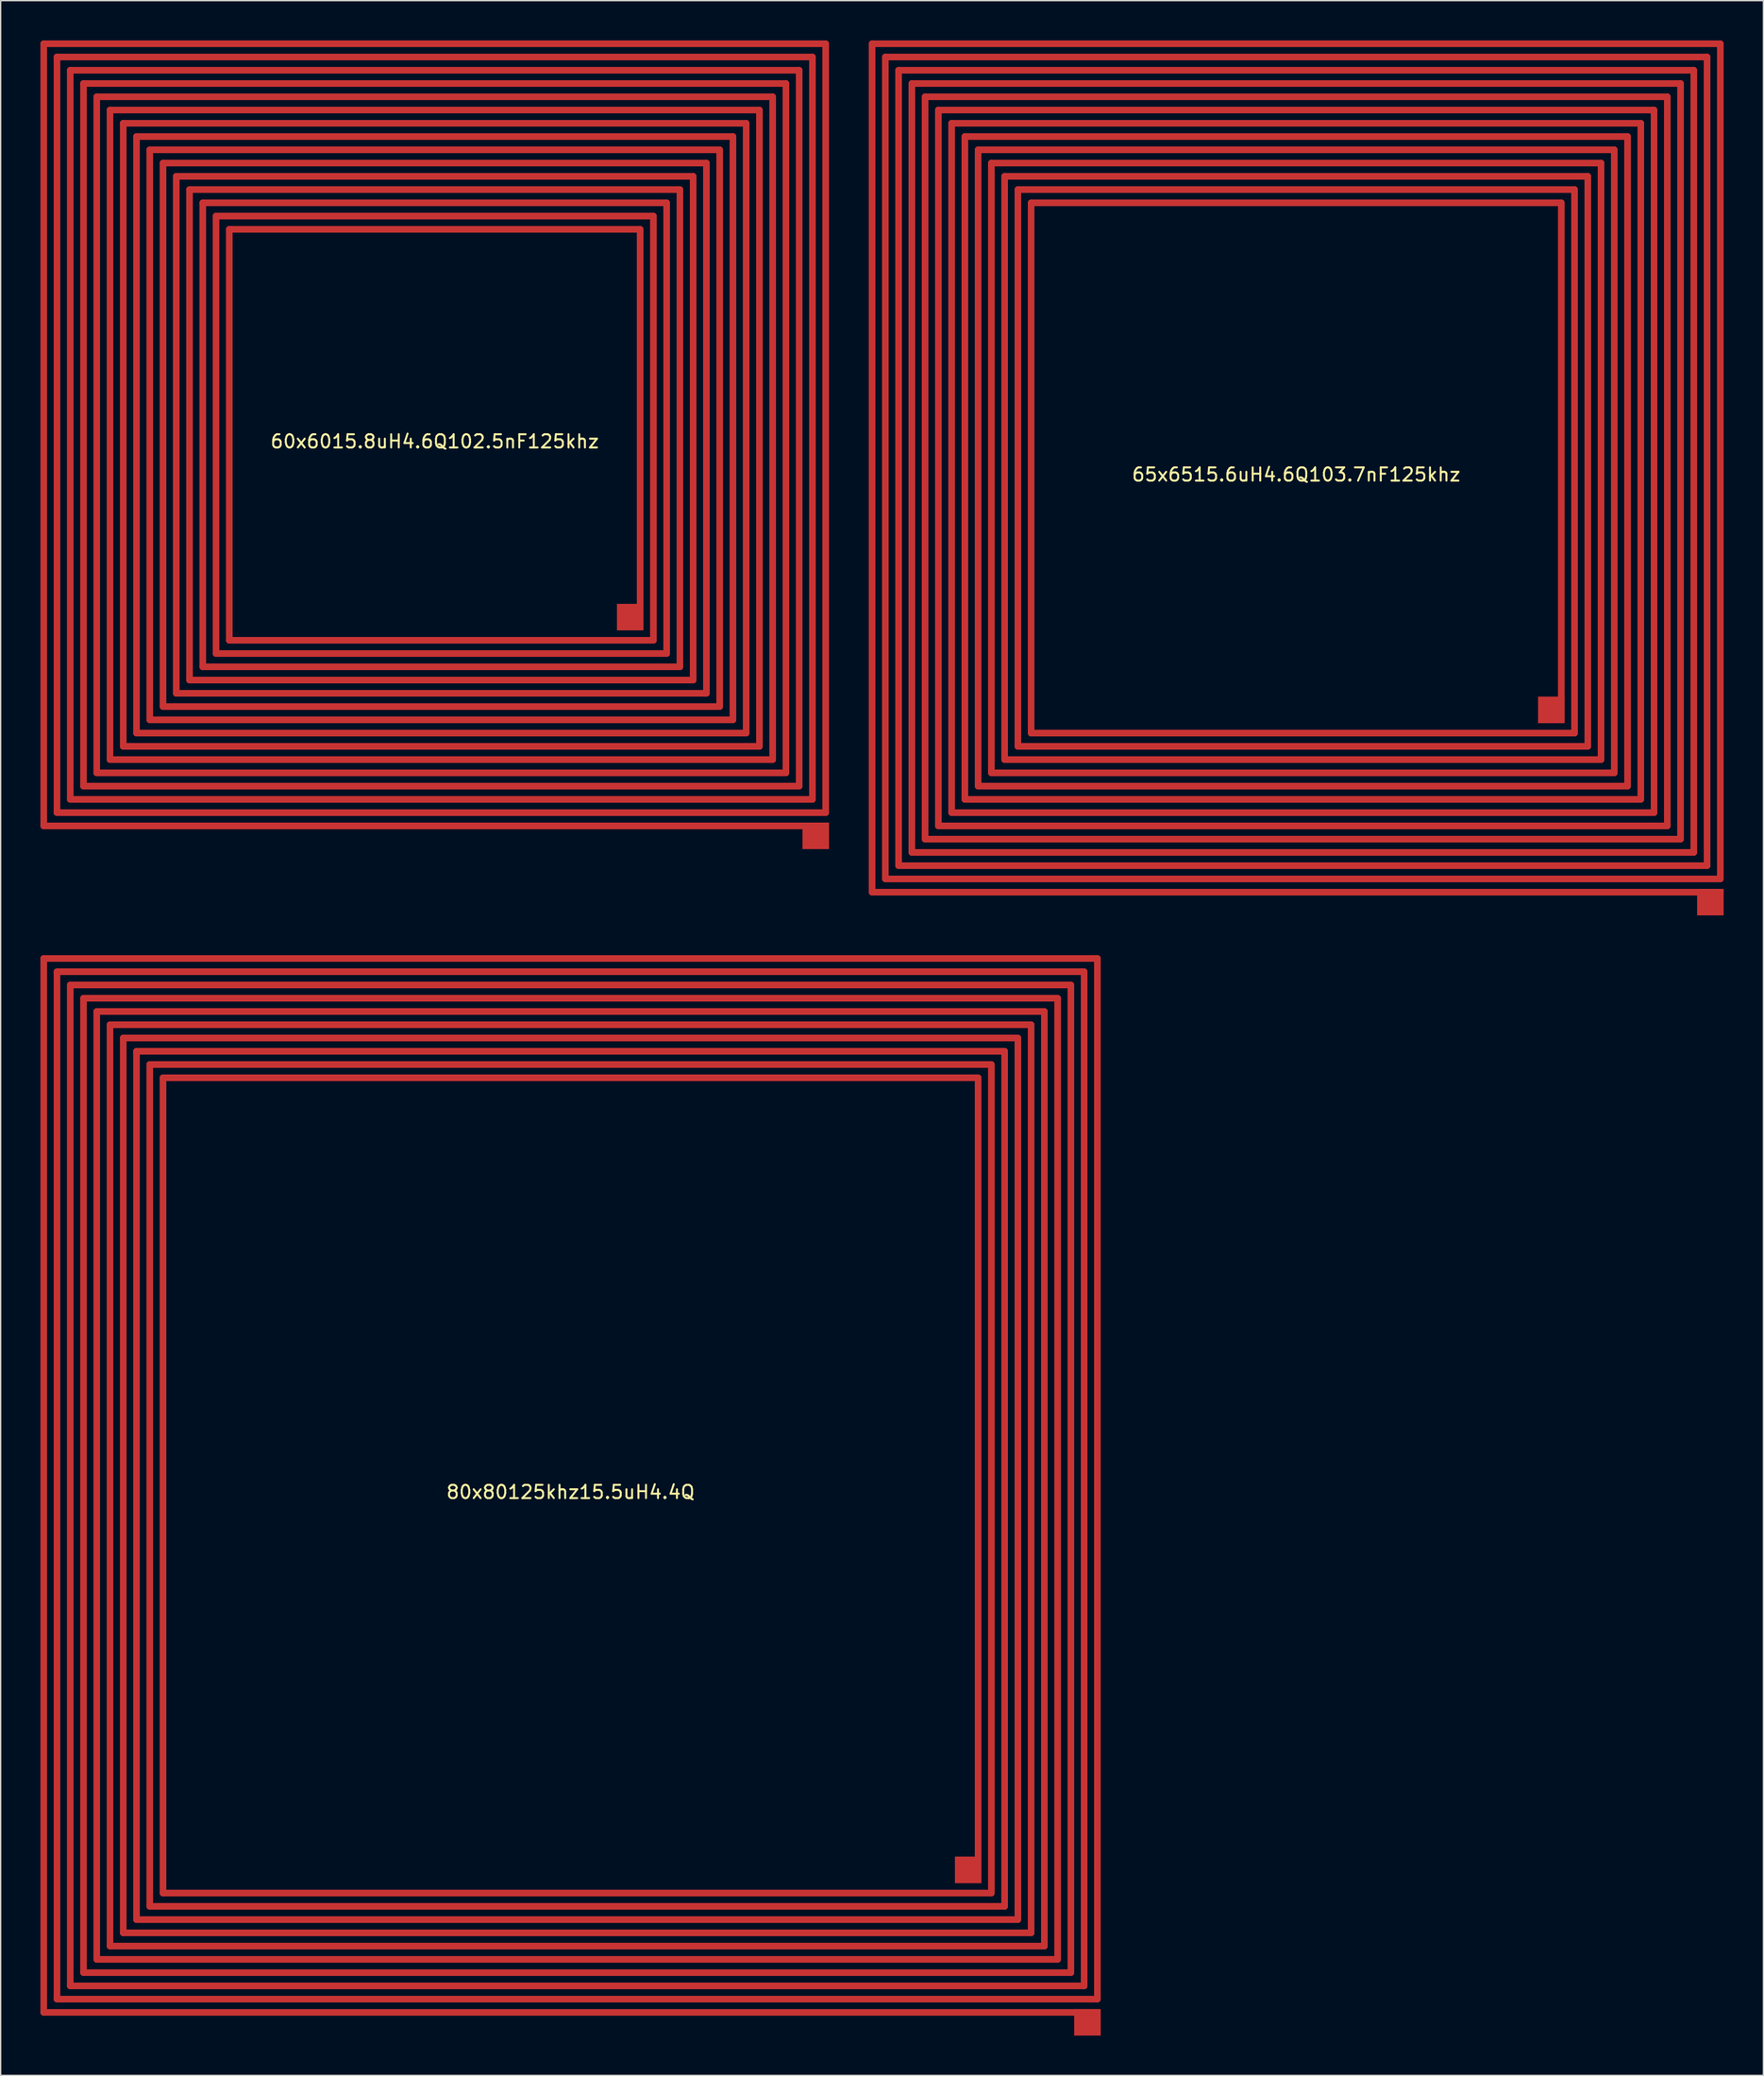
<source format=kicad_pcb>
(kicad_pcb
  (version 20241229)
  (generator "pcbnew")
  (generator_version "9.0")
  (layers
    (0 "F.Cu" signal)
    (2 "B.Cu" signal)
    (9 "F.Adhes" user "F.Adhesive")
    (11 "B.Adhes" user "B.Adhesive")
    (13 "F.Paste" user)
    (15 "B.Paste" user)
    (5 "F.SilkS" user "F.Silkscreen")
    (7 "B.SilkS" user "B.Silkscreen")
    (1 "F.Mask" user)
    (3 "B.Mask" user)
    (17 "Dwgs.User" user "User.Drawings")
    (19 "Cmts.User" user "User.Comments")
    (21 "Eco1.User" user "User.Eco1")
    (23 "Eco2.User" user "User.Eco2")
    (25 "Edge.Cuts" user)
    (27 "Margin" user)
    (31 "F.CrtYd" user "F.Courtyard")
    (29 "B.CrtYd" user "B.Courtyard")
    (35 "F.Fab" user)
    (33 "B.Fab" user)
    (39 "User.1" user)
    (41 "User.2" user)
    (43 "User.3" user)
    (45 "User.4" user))
  (footprint "65x6515.6uH4.6Q103.7nF125khz"
    (layer "F.Cu")
    (at 94.75 32.25)
    (property "Reference" "65x6515.6uH4.6Q103.7nF125khz" (at 0 0.5 0) (layer "F.SilkS") (effects (font (size 1 1) (thickness 0.15))))
    (attr through_hole)
    (fp_line (start -32 -32) (end 32 -32) (stroke (width 0.5) (type solid)) (layer "F.Cu"))
    (fp_line (start -32 32) (end -32 -32) (stroke (width 0.5) (type solid)) (layer "F.Cu"))
    (fp_line (start -31 -31) (end 31 -31) (stroke (width 0.5) (type solid)) (layer "F.Cu"))
    (fp_line (start -31 31) (end -31 -31) (stroke (width 0.5) (type solid)) (layer "F.Cu"))
    (fp_line (start -30 -30) (end 30 -30) (stroke (width 0.5) (type solid)) (layer "F.Cu"))
    (fp_line (start -30 30) (end -30 -30) (stroke (width 0.5) (type solid)) (layer "F.Cu"))
    (fp_line (start -29 -29) (end 29 -29) (stroke (width 0.5) (type solid)) (layer "F.Cu"))
    (fp_line (start -29 29) (end -29 -29) (stroke (width 0.5) (type solid)) (layer "F.Cu"))
    (fp_line (start -28 -28) (end 28 -28) (stroke (width 0.5) (type solid)) (layer "F.Cu"))
    (fp_line (start -28 28) (end -28 -28) (stroke (width 0.5) (type solid)) (layer "F.Cu"))
    (fp_line (start -27 -27) (end 27 -27) (stroke (width 0.5) (type solid)) (layer "F.Cu"))
    (fp_line (start -27 27) (end -27 -27) (stroke (width 0.5) (type solid)) (layer "F.Cu"))
    (fp_line (start -26 -26) (end 26 -26) (stroke (width 0.5) (type solid)) (layer "F.Cu"))
    (fp_line (start -26 26) (end -26 -26) (stroke (width 0.5) (type solid)) (layer "F.Cu"))
    (fp_line (start -25 -25) (end 25 -25) (stroke (width 0.5) (type solid)) (layer "F.Cu"))
    (fp_line (start -25 25) (end -25 -25) (stroke (width 0.5) (type solid)) (layer "F.Cu"))
    (fp_line (start -24 -24) (end 24 -24) (stroke (width 0.5) (type solid)) (layer "F.Cu"))
    (fp_line (start -24 24) (end -24 -24) (stroke (width 0.5) (type solid)) (layer "F.Cu"))
    (fp_line (start -23 -23) (end 23 -23) (stroke (width 0.5) (type solid)) (layer "F.Cu"))
    (fp_line (start -23 23) (end -23 -23) (stroke (width 0.5) (type solid)) (layer "F.Cu"))
    (fp_line (start -22 -22) (end 22 -22) (stroke (width 0.5) (type solid)) (layer "F.Cu"))
    (fp_line (start -22 22) (end -22 -22) (stroke (width 0.5) (type solid)) (layer "F.Cu"))
    (fp_line (start -21 -21) (end 21 -21) (stroke (width 0.5) (type solid)) (layer "F.Cu"))
    (fp_line (start -21 21) (end -21 -21) (stroke (width 0.5) (type solid)) (layer "F.Cu"))
    (fp_line (start -20 -20) (end 20 -20) (stroke (width 0.5) (type solid)) (layer "F.Cu"))
    (fp_line (start -20 20) (end -20 -20) (stroke (width 0.5) (type solid)) (layer "F.Cu"))
    (fp_line (start 20 -20) (end 20 19) (stroke (width 0.5) (type solid)) (layer "F.Cu"))
    (fp_line (start 21 -21) (end 21 20) (stroke (width 0.5) (type solid)) (layer "F.Cu"))
    (fp_line (start 21 20) (end -20 20) (stroke (width 0.5) (type solid)) (layer "F.Cu"))
    (fp_line (start 22 -22) (end 22 21) (stroke (width 0.5) (type solid)) (layer "F.Cu"))
    (fp_line (start 22 21) (end -21 21) (stroke (width 0.5) (type solid)) (layer "F.Cu"))
    (fp_line (start 23 -23) (end 23 22) (stroke (width 0.5) (type solid)) (layer "F.Cu"))
    (fp_line (start 23 22) (end -22 22) (stroke (width 0.5) (type solid)) (layer "F.Cu"))
    (fp_line (start 24 -24) (end 24 23) (stroke (width 0.5) (type solid)) (layer "F.Cu"))
    (fp_line (start 24 23) (end -23 23) (stroke (width 0.5) (type solid)) (layer "F.Cu"))
    (fp_line (start 25 -25) (end 25 24) (stroke (width 0.5) (type solid)) (layer "F.Cu"))
    (fp_line (start 25 24) (end -24 24) (stroke (width 0.5) (type solid)) (layer "F.Cu"))
    (fp_line (start 26 -26) (end 26 25) (stroke (width 0.5) (type solid)) (layer "F.Cu"))
    (fp_line (start 26 25) (end -25 25) (stroke (width 0.5) (type solid)) (layer "F.Cu"))
    (fp_line (start 27 -27) (end 27 26) (stroke (width 0.5) (type solid)) (layer "F.Cu"))
    (fp_line (start 27 26) (end -26 26) (stroke (width 0.5) (type solid)) (layer "F.Cu"))
    (fp_line (start 28 -28) (end 28 27) (stroke (width 0.5) (type solid)) (layer "F.Cu"))
    (fp_line (start 28 27) (end -27 27) (stroke (width 0.5) (type solid)) (layer "F.Cu"))
    (fp_line (start 29 -29) (end 29 28) (stroke (width 0.5) (type solid)) (layer "F.Cu"))
    (fp_line (start 29 28) (end -28 28) (stroke (width 0.5) (type solid)) (layer "F.Cu"))
    (fp_line (start 30 -30) (end 30 29) (stroke (width 0.5) (type solid)) (layer "F.Cu"))
    (fp_line (start 30 29) (end -29 29) (stroke (width 0.5) (type solid)) (layer "F.Cu"))
    (fp_line (start 31 -31) (end 31 30) (stroke (width 0.5) (type solid)) (layer "F.Cu"))
    (fp_line (start 31 30) (end -30 30) (stroke (width 0.5) (type solid)) (layer "F.Cu"))
    (fp_line (start 32 -32) (end 32 31) (stroke (width 0.5) (type solid)) (layer "F.Cu"))
    (fp_line (start 32 31) (end -31 31) (stroke (width 0.5) (type solid)) (layer "F.Cu"))
    (fp_line (start 32 32) (end -32 32) (stroke (width 0.5) (type solid)) (layer "F.Cu"))
    (pad "1" smd rect (at 31.25 32.75) (size 2 2) (layers "F.Cu"))
    (pad "2" smd rect (at 19.25 18.25) (size 2 2) (layers "F.Cu")))
  (footprint "60x6015.8uH4.6Q102.5nF125khz"
    (layer "F.Cu")
    (at 29.75 29.75)
    (property "Reference" "60x6015.8uH4.6Q102.5nF125khz" (at 0 0.5 0) (layer "F.SilkS") (effects (font (size 1 1) (thickness 0.15))))
    (attr through_hole)
    (fp_line (start -29.5 -29.5) (end 29.5 -29.5) (stroke (width 0.5) (type solid)) (layer "F.Cu"))
    (fp_line (start -29.5 29.5) (end -29.5 -29.5) (stroke (width 0.5) (type solid)) (layer "F.Cu"))
    (fp_line (start -28.5 -28.5) (end 28.5 -28.5) (stroke (width 0.5) (type solid)) (layer "F.Cu"))
    (fp_line (start -28.5 28.5) (end -28.5 -28.5) (stroke (width 0.5) (type solid)) (layer "F.Cu"))
    (fp_line (start -27.5 -27.5) (end 27.5 -27.5) (stroke (width 0.5) (type solid)) (layer "F.Cu"))
    (fp_line (start -27.5 27.5) (end -27.5 -27.5) (stroke (width 0.5) (type solid)) (layer "F.Cu"))
    (fp_line (start -26.5 -26.5) (end 26.5 -26.5) (stroke (width 0.5) (type solid)) (layer "F.Cu"))
    (fp_line (start -26.5 26.5) (end -26.5 -26.5) (stroke (width 0.5) (type solid)) (layer "F.Cu"))
    (fp_line (start -25.5 -25.5) (end 25.5 -25.5) (stroke (width 0.5) (type solid)) (layer "F.Cu"))
    (fp_line (start -25.5 25.5) (end -25.5 -25.5) (stroke (width 0.5) (type solid)) (layer "F.Cu"))
    (fp_line (start -24.5 -24.5) (end 24.5 -24.5) (stroke (width 0.5) (type solid)) (layer "F.Cu"))
    (fp_line (start -24.5 24.5) (end -24.5 -24.5) (stroke (width 0.5) (type solid)) (layer "F.Cu"))
    (fp_line (start -23.5 -23.5) (end 23.5 -23.5) (stroke (width 0.5) (type solid)) (layer "F.Cu"))
    (fp_line (start -23.5 23.5) (end -23.5 -23.5) (stroke (width 0.5) (type solid)) (layer "F.Cu"))
    (fp_line (start -22.5 -22.5) (end 22.5 -22.5) (stroke (width 0.5) (type solid)) (layer "F.Cu"))
    (fp_line (start -22.5 22.5) (end -22.5 -22.5) (stroke (width 0.5) (type solid)) (layer "F.Cu"))
    (fp_line (start -21.5 -21.5) (end 21.5 -21.5) (stroke (width 0.5) (type solid)) (layer "F.Cu"))
    (fp_line (start -21.5 21.5) (end -21.5 -21.5) (stroke (width 0.5) (type solid)) (layer "F.Cu"))
    (fp_line (start -20.5 -20.5) (end 20.5 -20.5) (stroke (width 0.5) (type solid)) (layer "F.Cu"))
    (fp_line (start -20.5 20.5) (end -20.5 -20.5) (stroke (width 0.5) (type solid)) (layer "F.Cu"))
    (fp_line (start -19.5 -19.5) (end 19.5 -19.5) (stroke (width 0.5) (type solid)) (layer "F.Cu"))
    (fp_line (start -19.5 19.5) (end -19.5 -19.5) (stroke (width 0.5) (type solid)) (layer "F.Cu"))
    (fp_line (start -18.5 -18.5) (end 18.5 -18.5) (stroke (width 0.5) (type solid)) (layer "F.Cu"))
    (fp_line (start -18.5 18.5) (end -18.5 -18.5) (stroke (width 0.5) (type solid)) (layer "F.Cu"))
    (fp_line (start -17.5 -17.5) (end 17.5 -17.5) (stroke (width 0.5) (type solid)) (layer "F.Cu"))
    (fp_line (start -17.5 17.5) (end -17.5 -17.5) (stroke (width 0.5) (type solid)) (layer "F.Cu"))
    (fp_line (start -16.5 -16.5) (end 16.5 -16.5) (stroke (width 0.5) (type solid)) (layer "F.Cu"))
    (fp_line (start -16.5 16.5) (end -16.5 -16.5) (stroke (width 0.5) (type solid)) (layer "F.Cu"))
    (fp_line (start -15.5 -15.5) (end 15.5 -15.5) (stroke (width 0.5) (type solid)) (layer "F.Cu"))
    (fp_line (start -15.5 15.5) (end -15.5 -15.5) (stroke (width 0.5) (type solid)) (layer "F.Cu"))
    (fp_line (start 15.5 -15.5) (end 15.5 14.5) (stroke (width 0.5) (type solid)) (layer "F.Cu"))
    (fp_line (start 16.5 -16.5) (end 16.5 15.5) (stroke (width 0.5) (type solid)) (layer "F.Cu"))
    (fp_line (start 16.5 15.5) (end -15.5 15.5) (stroke (width 0.5) (type solid)) (layer "F.Cu"))
    (fp_line (start 17.5 -17.5) (end 17.5 16.5) (stroke (width 0.5) (type solid)) (layer "F.Cu"))
    (fp_line (start 17.5 16.5) (end -16.5 16.5) (stroke (width 0.5) (type solid)) (layer "F.Cu"))
    (fp_line (start 18.5 -18.5) (end 18.5 17.5) (stroke (width 0.5) (type solid)) (layer "F.Cu"))
    (fp_line (start 18.5 17.5) (end -17.5 17.5) (stroke (width 0.5) (type solid)) (layer "F.Cu"))
    (fp_line (start 19.5 -19.5) (end 19.5 18.5) (stroke (width 0.5) (type solid)) (layer "F.Cu"))
    (fp_line (start 19.5 18.5) (end -18.5 18.5) (stroke (width 0.5) (type solid)) (layer "F.Cu"))
    (fp_line (start 20.5 -20.5) (end 20.5 19.5) (stroke (width 0.5) (type solid)) (layer "F.Cu"))
    (fp_line (start 20.5 19.5) (end -19.5 19.5) (stroke (width 0.5) (type solid)) (layer "F.Cu"))
    (fp_line (start 21.5 -21.5) (end 21.5 20.5) (stroke (width 0.5) (type solid)) (layer "F.Cu"))
    (fp_line (start 21.5 20.5) (end -20.5 20.5) (stroke (width 0.5) (type solid)) (layer "F.Cu"))
    (fp_line (start 22.5 -22.5) (end 22.5 21.5) (stroke (width 0.5) (type solid)) (layer "F.Cu"))
    (fp_line (start 22.5 21.5) (end -21.5 21.5) (stroke (width 0.5) (type solid)) (layer "F.Cu"))
    (fp_line (start 23.5 -23.5) (end 23.5 22.5) (stroke (width 0.5) (type solid)) (layer "F.Cu"))
    (fp_line (start 23.5 22.5) (end -22.5 22.5) (stroke (width 0.5) (type solid)) (layer "F.Cu"))
    (fp_line (start 24.5 -24.5) (end 24.5 23.5) (stroke (width 0.5) (type solid)) (layer "F.Cu"))
    (fp_line (start 24.5 23.5) (end -23.5 23.5) (stroke (width 0.5) (type solid)) (layer "F.Cu"))
    (fp_line (start 25.5 -25.5) (end 25.5 24.5) (stroke (width 0.5) (type solid)) (layer "F.Cu"))
    (fp_line (start 25.5 24.5) (end -24.5 24.5) (stroke (width 0.5) (type solid)) (layer "F.Cu"))
    (fp_line (start 26.5 -26.5) (end 26.5 25.5) (stroke (width 0.5) (type solid)) (layer "F.Cu"))
    (fp_line (start 26.5 25.5) (end -25.5 25.5) (stroke (width 0.5) (type solid)) (layer "F.Cu"))
    (fp_line (start 27.5 -27.5) (end 27.5 26.5) (stroke (width 0.5) (type solid)) (layer "F.Cu"))
    (fp_line (start 27.5 26.5) (end -26.5 26.5) (stroke (width 0.5) (type solid)) (layer "F.Cu"))
    (fp_line (start 28.5 -28.5) (end 28.5 27.5) (stroke (width 0.5) (type solid)) (layer "F.Cu"))
    (fp_line (start 28.5 27.5) (end -27.5 27.5) (stroke (width 0.5) (type solid)) (layer "F.Cu"))
    (fp_line (start 29.5 -29.5) (end 29.5 28.5) (stroke (width 0.5) (type solid)) (layer "F.Cu"))
    (fp_line (start 29.5 28.5) (end -28.5 28.5) (stroke (width 0.5) (type solid)) (layer "F.Cu"))
    (fp_line (start 29.5 29.5) (end -29.5 29.5) (stroke (width 0.5) (type solid)) (layer "F.Cu"))
    (pad "1" smd rect (at 28.75 30.25) (size 2 2) (layers "F.Cu"))
    (pad "2" smd rect (at 14.75 13.75) (size 2 2) (layers "F.Cu")))
  (footprint "80x80125khz15.5uH4.4Q"
    (layer "F.Cu")
    (at 40 109)
    (property "Reference" "80x80125khz15.5uH4.4Q" (at 0 0.5 0) (layer "F.SilkS") (effects (font (size 1 1) (thickness 0.15))))
    (attr through_hole)
    (fp_line (start -39.75 -39.75) (end 39.75 -39.75) (stroke (width 0.5) (type solid)) (layer "F.Cu"))
    (fp_line (start -39.75 39.75) (end -39.75 -39.75) (stroke (width 0.5) (type solid)) (layer "F.Cu"))
    (fp_line (start -38.75 -38.75) (end 38.75 -38.75) (stroke (width 0.5) (type solid)) (layer "F.Cu"))
    (fp_line (start -38.75 38.75) (end -38.75 -38.75) (stroke (width 0.5) (type solid)) (layer "F.Cu"))
    (fp_line (start -37.75 -37.75) (end 37.75 -37.75) (stroke (width 0.5) (type solid)) (layer "F.Cu"))
    (fp_line (start -37.75 37.75) (end -37.75 -37.75) (stroke (width 0.5) (type solid)) (layer "F.Cu"))
    (fp_line (start -36.75 -36.75) (end 36.75 -36.75) (stroke (width 0.5) (type solid)) (layer "F.Cu"))
    (fp_line (start -36.75 36.75) (end -36.75 -36.75) (stroke (width 0.5) (type solid)) (layer "F.Cu"))
    (fp_line (start -35.75 -35.75) (end 35.75 -35.75) (stroke (width 0.5) (type solid)) (layer "F.Cu"))
    (fp_line (start -35.75 35.75) (end -35.75 -35.75) (stroke (width 0.5) (type solid)) (layer "F.Cu"))
    (fp_line (start -34.75 -34.75) (end 34.75 -34.75) (stroke (width 0.5) (type solid)) (layer "F.Cu"))
    (fp_line (start -34.75 34.75) (end -34.75 -34.75) (stroke (width 0.5) (type solid)) (layer "F.Cu"))
    (fp_line (start -33.75 -33.75) (end 33.75 -33.75) (stroke (width 0.5) (type solid)) (layer "F.Cu"))
    (fp_line (start -33.75 33.75) (end -33.75 -33.75) (stroke (width 0.5) (type solid)) (layer "F.Cu"))
    (fp_line (start -32.75 -32.75) (end 32.75 -32.75) (stroke (width 0.5) (type solid)) (layer "F.Cu"))
    (fp_line (start -32.75 32.75) (end -32.75 -32.75) (stroke (width 0.5) (type solid)) (layer "F.Cu"))
    (fp_line (start -31.75 -31.75) (end 31.75 -31.75) (stroke (width 0.5) (type solid)) (layer "F.Cu"))
    (fp_line (start -31.75 31.75) (end -31.75 -31.75) (stroke (width 0.5) (type solid)) (layer "F.Cu"))
    (fp_line (start -30.75 -30.75) (end 30.75 -30.75) (stroke (width 0.5) (type solid)) (layer "F.Cu"))
    (fp_line (start -30.75 30.75) (end -30.75 -30.75) (stroke (width 0.5) (type solid)) (layer "F.Cu"))
    (fp_line (start 30.75 -30.75) (end 30.75 29.75) (stroke (width 0.5) (type solid)) (layer "F.Cu"))
    (fp_line (start 31.75 -31.75) (end 31.75 30.75) (stroke (width 0.5) (type solid)) (layer "F.Cu"))
    (fp_line (start 31.75 30.75) (end -30.75 30.75) (stroke (width 0.5) (type solid)) (layer "F.Cu"))
    (fp_line (start 32.75 -32.75) (end 32.75 31.75) (stroke (width 0.5) (type solid)) (layer "F.Cu"))
    (fp_line (start 32.75 31.75) (end -31.75 31.75) (stroke (width 0.5) (type solid)) (layer "F.Cu"))
    (fp_line (start 33.75 -33.75) (end 33.75 32.75) (stroke (width 0.5) (type solid)) (layer "F.Cu"))
    (fp_line (start 33.75 32.75) (end -32.75 32.75) (stroke (width 0.5) (type solid)) (layer "F.Cu"))
    (fp_line (start 34.75 -34.75) (end 34.75 33.75) (stroke (width 0.5) (type solid)) (layer "F.Cu"))
    (fp_line (start 34.75 33.75) (end -33.75 33.75) (stroke (width 0.5) (type solid)) (layer "F.Cu"))
    (fp_line (start 35.75 -35.75) (end 35.75 34.75) (stroke (width 0.5) (type solid)) (layer "F.Cu"))
    (fp_line (start 35.75 34.75) (end -34.75 34.75) (stroke (width 0.5) (type solid)) (layer "F.Cu"))
    (fp_line (start 36.75 -36.75) (end 36.75 35.75) (stroke (width 0.5) (type solid)) (layer "F.Cu"))
    (fp_line (start 36.75 35.75) (end -35.75 35.75) (stroke (width 0.5) (type solid)) (layer "F.Cu"))
    (fp_line (start 37.75 -37.75) (end 37.75 36.75) (stroke (width 0.5) (type solid)) (layer "F.Cu"))
    (fp_line (start 37.75 36.75) (end -36.75 36.75) (stroke (width 0.5) (type solid)) (layer "F.Cu"))
    (fp_line (start 38.75 -38.75) (end 38.75 37.75) (stroke (width 0.5) (type solid)) (layer "F.Cu"))
    (fp_line (start 38.75 37.75) (end -37.75 37.75) (stroke (width 0.5) (type solid)) (layer "F.Cu"))
    (fp_line (start 39.75 -39.75) (end 39.75 38.75) (stroke (width 0.5) (type solid)) (layer "F.Cu"))
    (fp_line (start 39.75 38.75) (end -38.75 38.75) (stroke (width 0.5) (type solid)) (layer "F.Cu"))
    (fp_line (start 39.75 39.75) (end -39.75 39.75) (stroke (width 0.5) (type solid)) (layer "F.Cu"))
    (pad "1" smd rect (at 39 40.5) (size 2 2) (layers "F.Cu"))
    (pad "2" smd rect (at 30 29) (size 2 2) (layers "F.Cu")))
  (gr_rect
    (start -3 -3)
    (end 130 153.5)
    (stroke (width 0.1) (type default))
    (fill no)
    (layer "Edge.Cuts")))
</source>
